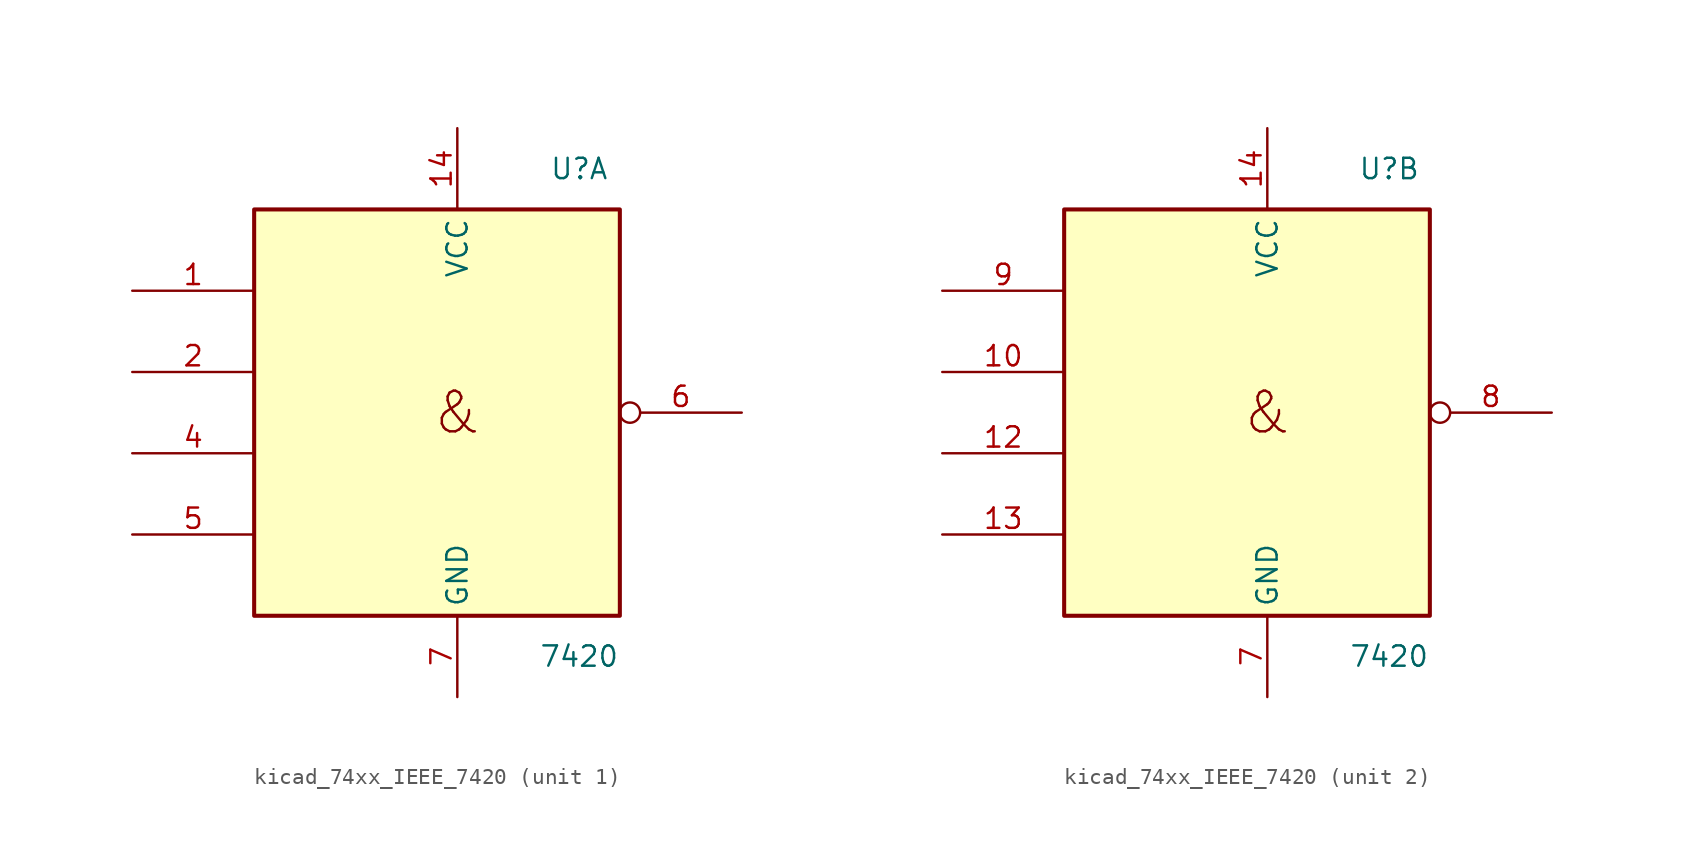
<source format=kicad_sym>
(kicad_symbol_lib
  (version 20220914)
  (generator kicad_symbol_editor)
  (symbol "kicad_74xx_IEEE_7420"
    (property "Reference" "U"
      (at 7.62 15.24 0)
      (effects (font (size 1.27 1.27))))
    (property "Value" "7420"
      (at 7.62 -15.24 0)
      (effects (font (size 1.27 1.27))))
    (symbol "kicad_74xx_IEEE_7420_0_0"
      (text "&" (at 0 0 0) (effects (font (size 2.54 2.54)))))
    (symbol "kicad_74xx_IEEE_7420_0_1"
      (rectangle (start -12.7 12.7) (end 10.16 -12.7) (stroke (width 0.254) (type default)) (fill (type background)))
      (pin power_in line (at 0 17.78 270) (length 5.08) (name "VCC" (effects (font (size 1.27 1.27)))) (number "14" (effects (font (size 1.27 1.27)))))
      (pin power_in line (at 0 -17.78 90) (length 5.08) (name "GND" (effects (font (size 1.27 1.27)))) (number "7" (effects (font (size 1.27 1.27))))))
    (symbol "kicad_74xx_IEEE_7420_1_1"
      (pin input line (at -20.32 7.62 0) (length 7.62) (name "~" (effects (font (size 1.27 1.27)))) (number "1" (effects (font (size 1.27 1.27)))))
      (pin input line (at -20.32 2.54 0) (length 7.62) (name "~" (effects (font (size 1.27 1.27)))) (number "2" (effects (font (size 1.27 1.27)))))
      (pin input line (at -20.32 -2.54 0) (length 7.62) (name "~" (effects (font (size 1.27 1.27)))) (number "4" (effects (font (size 1.27 1.27)))))
      (pin input line (at -20.32 -7.62 0) (length 7.62) (name "~" (effects (font (size 1.27 1.27)))) (number "5" (effects (font (size 1.27 1.27)))))
      (pin output inverted (at 17.78 0 180) (length 7.62) (name "~" (effects (font (size 1.27 1.27)))) (number "6" (effects (font (size 1.27 1.27))))))
    (symbol "kicad_74xx_IEEE_7420_2_1"
      (pin input line (at -20.32 2.54 0) (length 7.62) (name "~" (effects (font (size 1.27 1.27)))) (number "10" (effects (font (size 1.27 1.27)))))
      (pin input line (at -20.32 -2.54 0) (length 7.62) (name "~" (effects (font (size 1.27 1.27)))) (number "12" (effects (font (size 1.27 1.27)))))
      (pin input line (at -20.32 -7.62 0) (length 7.62) (name "~" (effects (font (size 1.27 1.27)))) (number "13" (effects (font (size 1.27 1.27)))))
      (pin output inverted (at 17.78 0 180) (length 7.62) (name "~" (effects (font (size 1.27 1.27)))) (number "8" (effects (font (size 1.27 1.27)))))
      (pin input line (at -20.32 7.62 0) (length 7.62) (name "~" (effects (font (size 1.27 1.27)))) (number "9" (effects (font (size 1.27 1.27))))))))
</source>
